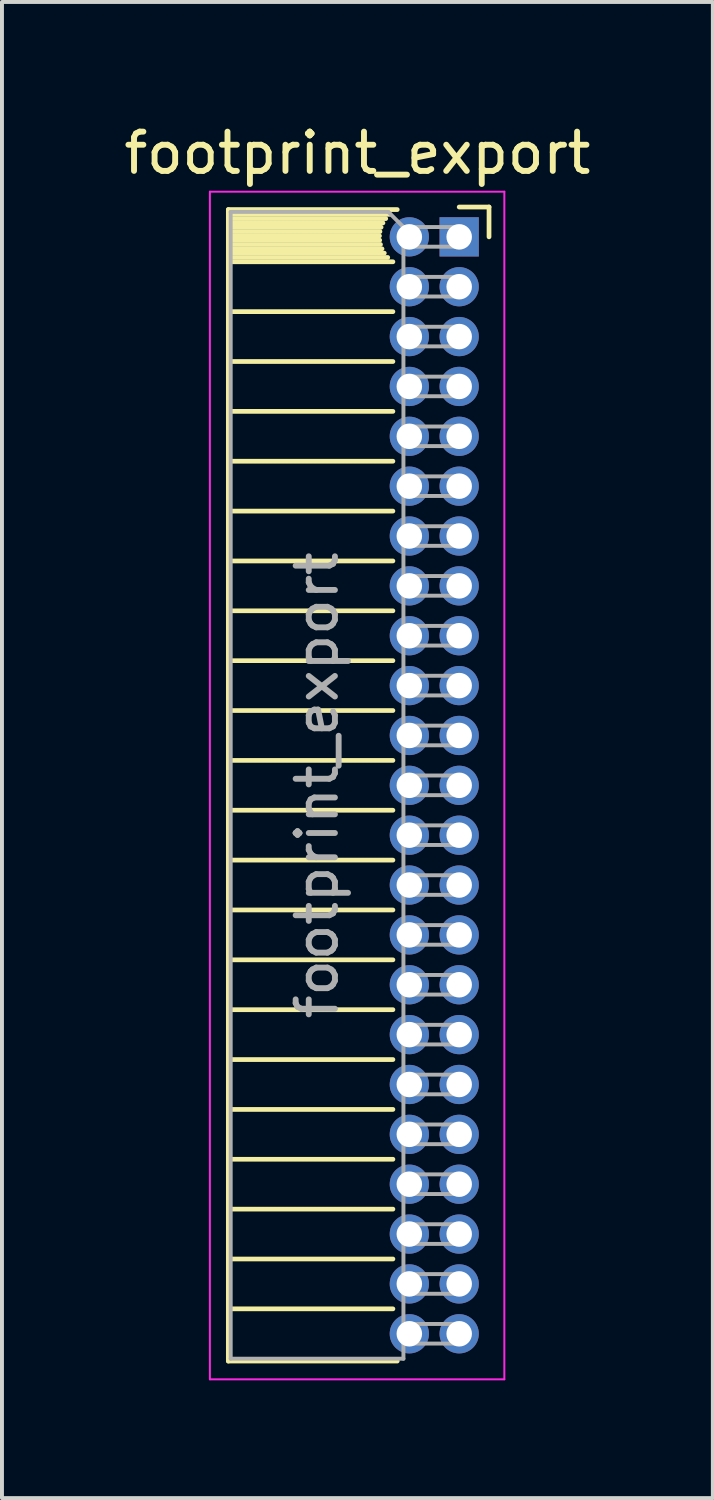
<source format=kicad_pcb>
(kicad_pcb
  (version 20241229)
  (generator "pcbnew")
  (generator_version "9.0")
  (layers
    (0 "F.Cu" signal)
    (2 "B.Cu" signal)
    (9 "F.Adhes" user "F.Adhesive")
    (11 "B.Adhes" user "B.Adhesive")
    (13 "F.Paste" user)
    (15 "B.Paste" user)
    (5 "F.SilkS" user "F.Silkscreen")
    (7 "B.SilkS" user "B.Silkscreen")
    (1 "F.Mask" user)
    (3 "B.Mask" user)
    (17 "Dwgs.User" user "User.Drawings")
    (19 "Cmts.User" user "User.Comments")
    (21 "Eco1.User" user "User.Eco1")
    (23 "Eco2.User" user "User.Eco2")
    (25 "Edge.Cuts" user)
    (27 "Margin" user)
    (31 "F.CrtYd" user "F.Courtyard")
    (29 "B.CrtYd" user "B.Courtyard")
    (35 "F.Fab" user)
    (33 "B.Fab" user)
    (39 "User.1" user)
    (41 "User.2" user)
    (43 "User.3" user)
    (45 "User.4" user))
  (footprint "footprint_export"
    (layer "F.Cu")
    (at 8.646 2.983)
    (property "Reference" "footprint_export" (at -2.592 -2.135 0) (layer "F.SilkS") (effects (font (size 1 1) (thickness 0.15))))
    (attr through_hole)
    (fp_line (start -5.88 -0.695) (end -5.88 28.635) (stroke (width 0.12) (type solid)) (layer "F.SilkS"))
    (fp_line (start -5.88 -0.695) (end -1.578 -0.695) (stroke (width 0.12) (type solid)) (layer "F.SilkS"))
    (fp_line (start -5.88 -0.575) (end -1.767 -0.575) (stroke (width 0.12) (type solid)) (layer "F.SilkS"))
    (fp_line (start -5.88 -0.465) (end -1.871 -0.465) (stroke (width 0.12) (type solid)) (layer "F.SilkS"))
    (fp_line (start -5.88 -0.355) (end -1.942 -0.355) (stroke (width 0.12) (type solid)) (layer "F.SilkS"))
    (fp_line (start -5.88 -0.245) (end -1.989 -0.245) (stroke (width 0.12) (type solid)) (layer "F.SilkS"))
    (fp_line (start -5.88 -0.135) (end -2.018 -0.135) (stroke (width 0.12) (type solid)) (layer "F.SilkS"))
    (fp_line (start -5.88 -0.025) (end -2.03 -0.025) (stroke (width 0.12) (type solid)) (layer "F.SilkS"))
    (fp_line (start -5.88 0.085) (end -2.025 0.085) (stroke (width 0.12) (type solid)) (layer "F.SilkS"))
    (fp_line (start -5.88 0.195) (end -2.005 0.195) (stroke (width 0.12) (type solid)) (layer "F.SilkS"))
    (fp_line (start -5.88 0.305) (end -1.966 0.305) (stroke (width 0.12) (type solid)) (layer "F.SilkS"))
    (fp_line (start -5.88 0.415) (end -1.907 0.415) (stroke (width 0.12) (type solid)) (layer "F.SilkS"))
    (fp_line (start -5.88 0.525) (end -1.82 0.525) (stroke (width 0.12) (type solid)) (layer "F.SilkS"))
    (fp_line (start -5.88 0.635) (end -1.688 0.635) (stroke (width 0.12) (type solid)) (layer "F.SilkS"))
    (fp_line (start -5.88 1.905) (end -1.688 1.905) (stroke (width 0.12) (type solid)) (layer "F.SilkS"))
    (fp_line (start -5.88 3.175) (end -1.688 3.175) (stroke (width 0.12) (type solid)) (layer "F.SilkS"))
    (fp_line (start -5.88 4.445) (end -1.688 4.445) (stroke (width 0.12) (type solid)) (layer "F.SilkS"))
    (fp_line (start -5.88 5.715) (end -1.688 5.715) (stroke (width 0.12) (type solid)) (layer "F.SilkS"))
    (fp_line (start -5.88 6.985) (end -1.688 6.985) (stroke (width 0.12) (type solid)) (layer "F.SilkS"))
    (fp_line (start -5.88 8.255) (end -1.688 8.255) (stroke (width 0.12) (type solid)) (layer "F.SilkS"))
    (fp_line (start -5.88 9.525) (end -1.688 9.525) (stroke (width 0.12) (type solid)) (layer "F.SilkS"))
    (fp_line (start -5.88 10.795) (end -1.688 10.795) (stroke (width 0.12) (type solid)) (layer "F.SilkS"))
    (fp_line (start -5.88 12.065) (end -1.688 12.065) (stroke (width 0.12) (type solid)) (layer "F.SilkS"))
    (fp_line (start -5.88 13.335) (end -1.688 13.335) (stroke (width 0.12) (type solid)) (layer "F.SilkS"))
    (fp_line (start -5.88 14.605) (end -1.688 14.605) (stroke (width 0.12) (type solid)) (layer "F.SilkS"))
    (fp_line (start -5.88 15.875) (end -1.688 15.875) (stroke (width 0.12) (type solid)) (layer "F.SilkS"))
    (fp_line (start -5.88 17.145) (end -1.688 17.145) (stroke (width 0.12) (type solid)) (layer "F.SilkS"))
    (fp_line (start -5.88 18.415) (end -1.688 18.415) (stroke (width 0.12) (type solid)) (layer "F.SilkS"))
    (fp_line (start -5.88 19.685) (end -1.688 19.685) (stroke (width 0.12) (type solid)) (layer "F.SilkS"))
    (fp_line (start -5.88 20.955) (end -1.688 20.955) (stroke (width 0.12) (type solid)) (layer "F.SilkS"))
    (fp_line (start -5.88 22.225) (end -1.688 22.225) (stroke (width 0.12) (type solid)) (layer "F.SilkS"))
    (fp_line (start -5.88 23.495) (end -1.688 23.495) (stroke (width 0.12) (type solid)) (layer "F.SilkS"))
    (fp_line (start -5.88 24.765) (end -1.688 24.765) (stroke (width 0.12) (type solid)) (layer "F.SilkS"))
    (fp_line (start -5.88 26.035) (end -1.688 26.035) (stroke (width 0.12) (type solid)) (layer "F.SilkS"))
    (fp_line (start -5.88 27.305) (end -1.688 27.305) (stroke (width 0.12) (type solid)) (layer "F.SilkS"))
    (fp_line (start -5.88 28.635) (end -1.578 28.635) (stroke (width 0.12) (type solid)) (layer "F.SilkS"))
    (fp_line (start 0 -0.76) (end 0.76 -0.76) (stroke (width 0.12) (type solid)) (layer "F.SilkS"))
    (fp_line (start 0.76 -0.76) (end 0.76 0) (stroke (width 0.12) (type solid)) (layer "F.SilkS"))
    (fp_line (start -6.35 -1.15) (end -6.35 29.1) (stroke (width 0.05) (type solid)) (layer "F.CrtYd"))
    (fp_line (start -6.35 29.1) (end 1.15 29.1) (stroke (width 0.05) (type solid)) (layer "F.CrtYd"))
    (fp_line (start 1.15 -1.15) (end -6.35 -1.15) (stroke (width 0.05) (type solid)) (layer "F.CrtYd"))
    (fp_line (start 1.15 29.1) (end 1.15 -1.15) (stroke (width 0.05) (type solid)) (layer "F.CrtYd"))
    (fp_line (start -5.82 -0.635) (end -1.805 -0.635) (stroke (width 0.1) (type solid)) (layer "F.Fab"))
    (fp_line (start -5.82 28.575) (end -5.82 -0.635) (stroke (width 0.1) (type solid)) (layer "F.Fab"))
    (fp_line (start -1.805 -0.635) (end -1.42 -0.25) (stroke (width 0.1) (type solid)) (layer "F.Fab"))
    (fp_line (start -1.42 -0.25) (end -1.42 28.575) (stroke (width 0.1) (type solid)) (layer "F.Fab"))
    (fp_line (start -1.42 0.25) (end 0 0.25) (stroke (width 0.1) (type solid)) (layer "F.Fab"))
    (fp_line (start -1.42 1.52) (end 0 1.52) (stroke (width 0.1) (type solid)) (layer "F.Fab"))
    (fp_line (start -1.42 2.79) (end 0 2.79) (stroke (width 0.1) (type solid)) (layer "F.Fab"))
    (fp_line (start -1.42 4.06) (end 0 4.06) (stroke (width 0.1) (type solid)) (layer "F.Fab"))
    (fp_line (start -1.42 5.33) (end 0 5.33) (stroke (width 0.1) (type solid)) (layer "F.Fab"))
    (fp_line (start -1.42 6.6) (end 0 6.6) (stroke (width 0.1) (type solid)) (layer "F.Fab"))
    (fp_line (start -1.42 7.87) (end 0 7.87) (stroke (width 0.1) (type solid)) (layer "F.Fab"))
    (fp_line (start -1.42 9.14) (end 0 9.14) (stroke (width 0.1) (type solid)) (layer "F.Fab"))
    (fp_line (start -1.42 10.41) (end 0 10.41) (stroke (width 0.1) (type solid)) (layer "F.Fab"))
    (fp_line (start -1.42 11.68) (end 0 11.68) (stroke (width 0.1) (type solid)) (layer "F.Fab"))
    (fp_line (start -1.42 12.95) (end 0 12.95) (stroke (width 0.1) (type solid)) (layer "F.Fab"))
    (fp_line (start -1.42 14.22) (end 0 14.22) (stroke (width 0.1) (type solid)) (layer "F.Fab"))
    (fp_line (start -1.42 15.49) (end 0 15.49) (stroke (width 0.1) (type solid)) (layer "F.Fab"))
    (fp_line (start -1.42 16.76) (end 0 16.76) (stroke (width 0.1) (type solid)) (layer "F.Fab"))
    (fp_line (start -1.42 18.03) (end 0 18.03) (stroke (width 0.1) (type solid)) (layer "F.Fab"))
    (fp_line (start -1.42 19.3) (end 0 19.3) (stroke (width 0.1) (type solid)) (layer "F.Fab"))
    (fp_line (start -1.42 20.57) (end 0 20.57) (stroke (width 0.1) (type solid)) (layer "F.Fab"))
    (fp_line (start -1.42 21.84) (end 0 21.84) (stroke (width 0.1) (type solid)) (layer "F.Fab"))
    (fp_line (start -1.42 23.11) (end 0 23.11) (stroke (width 0.1) (type solid)) (layer "F.Fab"))
    (fp_line (start -1.42 24.38) (end 0 24.38) (stroke (width 0.1) (type solid)) (layer "F.Fab"))
    (fp_line (start -1.42 25.65) (end 0 25.65) (stroke (width 0.1) (type solid)) (layer "F.Fab"))
    (fp_line (start -1.42 26.92) (end 0 26.92) (stroke (width 0.1) (type solid)) (layer "F.Fab"))
    (fp_line (start -1.42 28.19) (end 0 28.19) (stroke (width 0.1) (type solid)) (layer "F.Fab"))
    (fp_line (start -1.42 28.575) (end -5.82 28.575) (stroke (width 0.1) (type solid)) (layer "F.Fab"))
    (fp_line (start 0 -0.25) (end -1.42 -0.25) (stroke (width 0.1) (type solid)) (layer "F.Fab"))
    (fp_line (start 0 0.25) (end 0 -0.25) (stroke (width 0.1) (type solid)) (layer "F.Fab"))
    (fp_line (start 0 1.02) (end -1.42 1.02) (stroke (width 0.1) (type solid)) (layer "F.Fab"))
    (fp_line (start 0 1.52) (end 0 1.02) (stroke (width 0.1) (type solid)) (layer "F.Fab"))
    (fp_line (start 0 2.29) (end -1.42 2.29) (stroke (width 0.1) (type solid)) (layer "F.Fab"))
    (fp_line (start 0 2.79) (end 0 2.29) (stroke (width 0.1) (type solid)) (layer "F.Fab"))
    (fp_line (start 0 3.56) (end -1.42 3.56) (stroke (width 0.1) (type solid)) (layer "F.Fab"))
    (fp_line (start 0 4.06) (end 0 3.56) (stroke (width 0.1) (type solid)) (layer "F.Fab"))
    (fp_line (start 0 4.83) (end -1.42 4.83) (stroke (width 0.1) (type solid)) (layer "F.Fab"))
    (fp_line (start 0 5.33) (end 0 4.83) (stroke (width 0.1) (type solid)) (layer "F.Fab"))
    (fp_line (start 0 6.1) (end -1.42 6.1) (stroke (width 0.1) (type solid)) (layer "F.Fab"))
    (fp_line (start 0 6.6) (end 0 6.1) (stroke (width 0.1) (type solid)) (layer "F.Fab"))
    (fp_line (start 0 7.37) (end -1.42 7.37) (stroke (width 0.1) (type solid)) (layer "F.Fab"))
    (fp_line (start 0 7.87) (end 0 7.37) (stroke (width 0.1) (type solid)) (layer "F.Fab"))
    (fp_line (start 0 8.64) (end -1.42 8.64) (stroke (width 0.1) (type solid)) (layer "F.Fab"))
    (fp_line (start 0 9.14) (end 0 8.64) (stroke (width 0.1) (type solid)) (layer "F.Fab"))
    (fp_line (start 0 9.91) (end -1.42 9.91) (stroke (width 0.1) (type solid)) (layer "F.Fab"))
    (fp_line (start 0 10.41) (end 0 9.91) (stroke (width 0.1) (type solid)) (layer "F.Fab"))
    (fp_line (start 0 11.18) (end -1.42 11.18) (stroke (width 0.1) (type solid)) (layer "F.Fab"))
    (fp_line (start 0 11.68) (end 0 11.18) (stroke (width 0.1) (type solid)) (layer "F.Fab"))
    (fp_line (start 0 12.45) (end -1.42 12.45) (stroke (width 0.1) (type solid)) (layer "F.Fab"))
    (fp_line (start 0 12.95) (end 0 12.45) (stroke (width 0.1) (type solid)) (layer "F.Fab"))
    (fp_line (start 0 13.72) (end -1.42 13.72) (stroke (width 0.1) (type solid)) (layer "F.Fab"))
    (fp_line (start 0 14.22) (end 0 13.72) (stroke (width 0.1) (type solid)) (layer "F.Fab"))
    (fp_line (start 0 14.99) (end -1.42 14.99) (stroke (width 0.1) (type solid)) (layer "F.Fab"))
    (fp_line (start 0 15.49) (end 0 14.99) (stroke (width 0.1) (type solid)) (layer "F.Fab"))
    (fp_line (start 0 16.26) (end -1.42 16.26) (stroke (width 0.1) (type solid)) (layer "F.Fab"))
    (fp_line (start 0 16.76) (end 0 16.26) (stroke (width 0.1) (type solid)) (layer "F.Fab"))
    (fp_line (start 0 17.53) (end -1.42 17.53) (stroke (width 0.1) (type solid)) (layer "F.Fab"))
    (fp_line (start 0 18.03) (end 0 17.53) (stroke (width 0.1) (type solid)) (layer "F.Fab"))
    (fp_line (start 0 18.8) (end -1.42 18.8) (stroke (width 0.1) (type solid)) (layer "F.Fab"))
    (fp_line (start 0 19.3) (end 0 18.8) (stroke (width 0.1) (type solid)) (layer "F.Fab"))
    (fp_line (start 0 20.07) (end -1.42 20.07) (stroke (width 0.1) (type solid)) (layer "F.Fab"))
    (fp_line (start 0 20.57) (end 0 20.07) (stroke (width 0.1) (type solid)) (layer "F.Fab"))
    (fp_line (start 0 21.34) (end -1.42 21.34) (stroke (width 0.1) (type solid)) (layer "F.Fab"))
    (fp_line (start 0 21.84) (end 0 21.34) (stroke (width 0.1) (type solid)) (layer "F.Fab"))
    (fp_line (start 0 22.61) (end -1.42 22.61) (stroke (width 0.1) (type solid)) (layer "F.Fab"))
    (fp_line (start 0 23.11) (end 0 22.61) (stroke (width 0.1) (type solid)) (layer "F.Fab"))
    (fp_line (start 0 23.88) (end -1.42 23.88) (stroke (width 0.1) (type solid)) (layer "F.Fab"))
    (fp_line (start 0 24.38) (end 0 23.88) (stroke (width 0.1) (type solid)) (layer "F.Fab"))
    (fp_line (start 0 25.15) (end -1.42 25.15) (stroke (width 0.1) (type solid)) (layer "F.Fab"))
    (fp_line (start 0 25.65) (end 0 25.15) (stroke (width 0.1) (type solid)) (layer "F.Fab"))
    (fp_line (start 0 26.42) (end -1.42 26.42) (stroke (width 0.1) (type solid)) (layer "F.Fab"))
    (fp_line (start 0 26.92) (end 0 26.42) (stroke (width 0.1) (type solid)) (layer "F.Fab"))
    (fp_line (start 0 27.69) (end -1.42 27.69) (stroke (width 0.1) (type solid)) (layer "F.Fab"))
    (fp_line (start 0 28.19) (end 0 27.69) (stroke (width 0.1) (type solid)) (layer "F.Fab"))
    (fp_text user "${REFERENCE}" (at -3.62 13.97 90) (layer "F.Fab") (effects (font (size 1 1) (thickness 0.15))))
    (pad "1" thru_hole rect (at 0 0) (size 1 1) (drill 0.65) (layers "*.Cu" "*.Mask"))
    (pad "2" thru_hole oval (at -1.27 0) (size 1 1) (drill 0.65) (layers "*.Cu" "*.Mask"))
    (pad "3" thru_hole oval (at 0 1.27) (size 1 1) (drill 0.65) (layers "*.Cu" "*.Mask"))
    (pad "4" thru_hole oval (at -1.27 1.27) (size 1 1) (drill 0.65) (layers "*.Cu" "*.Mask"))
    (pad "5" thru_hole oval (at 0 2.54) (size 1 1) (drill 0.65) (layers "*.Cu" "*.Mask"))
    (pad "6" thru_hole oval (at -1.27 2.54) (size 1 1) (drill 0.65) (layers "*.Cu" "*.Mask"))
    (pad "7" thru_hole oval (at 0 3.81) (size 1 1) (drill 0.65) (layers "*.Cu" "*.Mask"))
    (pad "8" thru_hole oval (at -1.27 3.81) (size 1 1) (drill 0.65) (layers "*.Cu" "*.Mask"))
    (pad "9" thru_hole oval (at 0 5.08) (size 1 1) (drill 0.65) (layers "*.Cu" "*.Mask"))
    (pad "10" thru_hole oval (at -1.27 5.08) (size 1 1) (drill 0.65) (layers "*.Cu" "*.Mask"))
    (pad "11" thru_hole oval (at 0 6.35) (size 1 1) (drill 0.65) (layers "*.Cu" "*.Mask"))
    (pad "12" thru_hole oval (at -1.27 6.35) (size 1 1) (drill 0.65) (layers "*.Cu" "*.Mask"))
    (pad "13" thru_hole oval (at 0 7.62) (size 1 1) (drill 0.65) (layers "*.Cu" "*.Mask"))
    (pad "14" thru_hole oval (at -1.27 7.62) (size 1 1) (drill 0.65) (layers "*.Cu" "*.Mask"))
    (pad "15" thru_hole oval (at 0 8.89) (size 1 1) (drill 0.65) (layers "*.Cu" "*.Mask"))
    (pad "16" thru_hole oval (at -1.27 8.89) (size 1 1) (drill 0.65) (layers "*.Cu" "*.Mask"))
    (pad "17" thru_hole oval (at 0 10.16) (size 1 1) (drill 0.65) (layers "*.Cu" "*.Mask"))
    (pad "18" thru_hole oval (at -1.27 10.16) (size 1 1) (drill 0.65) (layers "*.Cu" "*.Mask"))
    (pad "19" thru_hole oval (at 0 11.43) (size 1 1) (drill 0.65) (layers "*.Cu" "*.Mask"))
    (pad "20" thru_hole oval (at -1.27 11.43) (size 1 1) (drill 0.65) (layers "*.Cu" "*.Mask"))
    (pad "21" thru_hole oval (at 0 12.7) (size 1 1) (drill 0.65) (layers "*.Cu" "*.Mask"))
    (pad "22" thru_hole oval (at -1.27 12.7) (size 1 1) (drill 0.65) (layers "*.Cu" "*.Mask"))
    (pad "23" thru_hole oval (at 0 13.97) (size 1 1) (drill 0.65) (layers "*.Cu" "*.Mask"))
    (pad "24" thru_hole oval (at -1.27 13.97) (size 1 1) (drill 0.65) (layers "*.Cu" "*.Mask"))
    (pad "25" thru_hole oval (at 0 15.24) (size 1 1) (drill 0.65) (layers "*.Cu" "*.Mask"))
    (pad "26" thru_hole oval (at -1.27 15.24) (size 1 1) (drill 0.65) (layers "*.Cu" "*.Mask"))
    (pad "27" thru_hole oval (at 0 16.51) (size 1 1) (drill 0.65) (layers "*.Cu" "*.Mask"))
    (pad "28" thru_hole oval (at -1.27 16.51) (size 1 1) (drill 0.65) (layers "*.Cu" "*.Mask"))
    (pad "29" thru_hole oval (at 0 17.78) (size 1 1) (drill 0.65) (layers "*.Cu" "*.Mask"))
    (pad "30" thru_hole oval (at -1.27 17.78) (size 1 1) (drill 0.65) (layers "*.Cu" "*.Mask"))
    (pad "31" thru_hole oval (at 0 19.05) (size 1 1) (drill 0.65) (layers "*.Cu" "*.Mask"))
    (pad "32" thru_hole oval (at -1.27 19.05) (size 1 1) (drill 0.65) (layers "*.Cu" "*.Mask"))
    (pad "33" thru_hole oval (at 0 20.32) (size 1 1) (drill 0.65) (layers "*.Cu" "*.Mask"))
    (pad "34" thru_hole oval (at -1.27 20.32) (size 1 1) (drill 0.65) (layers "*.Cu" "*.Mask"))
    (pad "35" thru_hole oval (at 0 21.59) (size 1 1) (drill 0.65) (layers "*.Cu" "*.Mask"))
    (pad "36" thru_hole oval (at -1.27 21.59) (size 1 1) (drill 0.65) (layers "*.Cu" "*.Mask"))
    (pad "37" thru_hole oval (at 0 22.86) (size 1 1) (drill 0.65) (layers "*.Cu" "*.Mask"))
    (pad "38" thru_hole oval (at -1.27 22.86) (size 1 1) (drill 0.65) (layers "*.Cu" "*.Mask"))
    (pad "39" thru_hole oval (at 0 24.13) (size 1 1) (drill 0.65) (layers "*.Cu" "*.Mask"))
    (pad "40" thru_hole oval (at -1.27 24.13) (size 1 1) (drill 0.65) (layers "*.Cu" "*.Mask"))
    (pad "41" thru_hole oval (at 0 25.4) (size 1 1) (drill 0.65) (layers "*.Cu" "*.Mask"))
    (pad "42" thru_hole oval (at -1.27 25.4) (size 1 1) (drill 0.65) (layers "*.Cu" "*.Mask"))
    (pad "43" thru_hole oval (at 0 26.67) (size 1 1) (drill 0.65) (layers "*.Cu" "*.Mask"))
    (pad "44" thru_hole oval (at -1.27 26.67) (size 1 1) (drill 0.65) (layers "*.Cu" "*.Mask"))
    (pad "45" thru_hole oval (at 0 27.94) (size 1 1) (drill 0.65) (layers "*.Cu" "*.Mask"))
    (pad "46" thru_hole oval (at -1.27 27.94) (size 1 1) (drill 0.65) (layers "*.Cu" "*.Mask")))
  (gr_rect
    (start -3 -3)
    (end 15.107 35.108)
    (stroke (width 0.1) (type default))
    (fill no)
    (layer "Edge.Cuts")))
</source>
